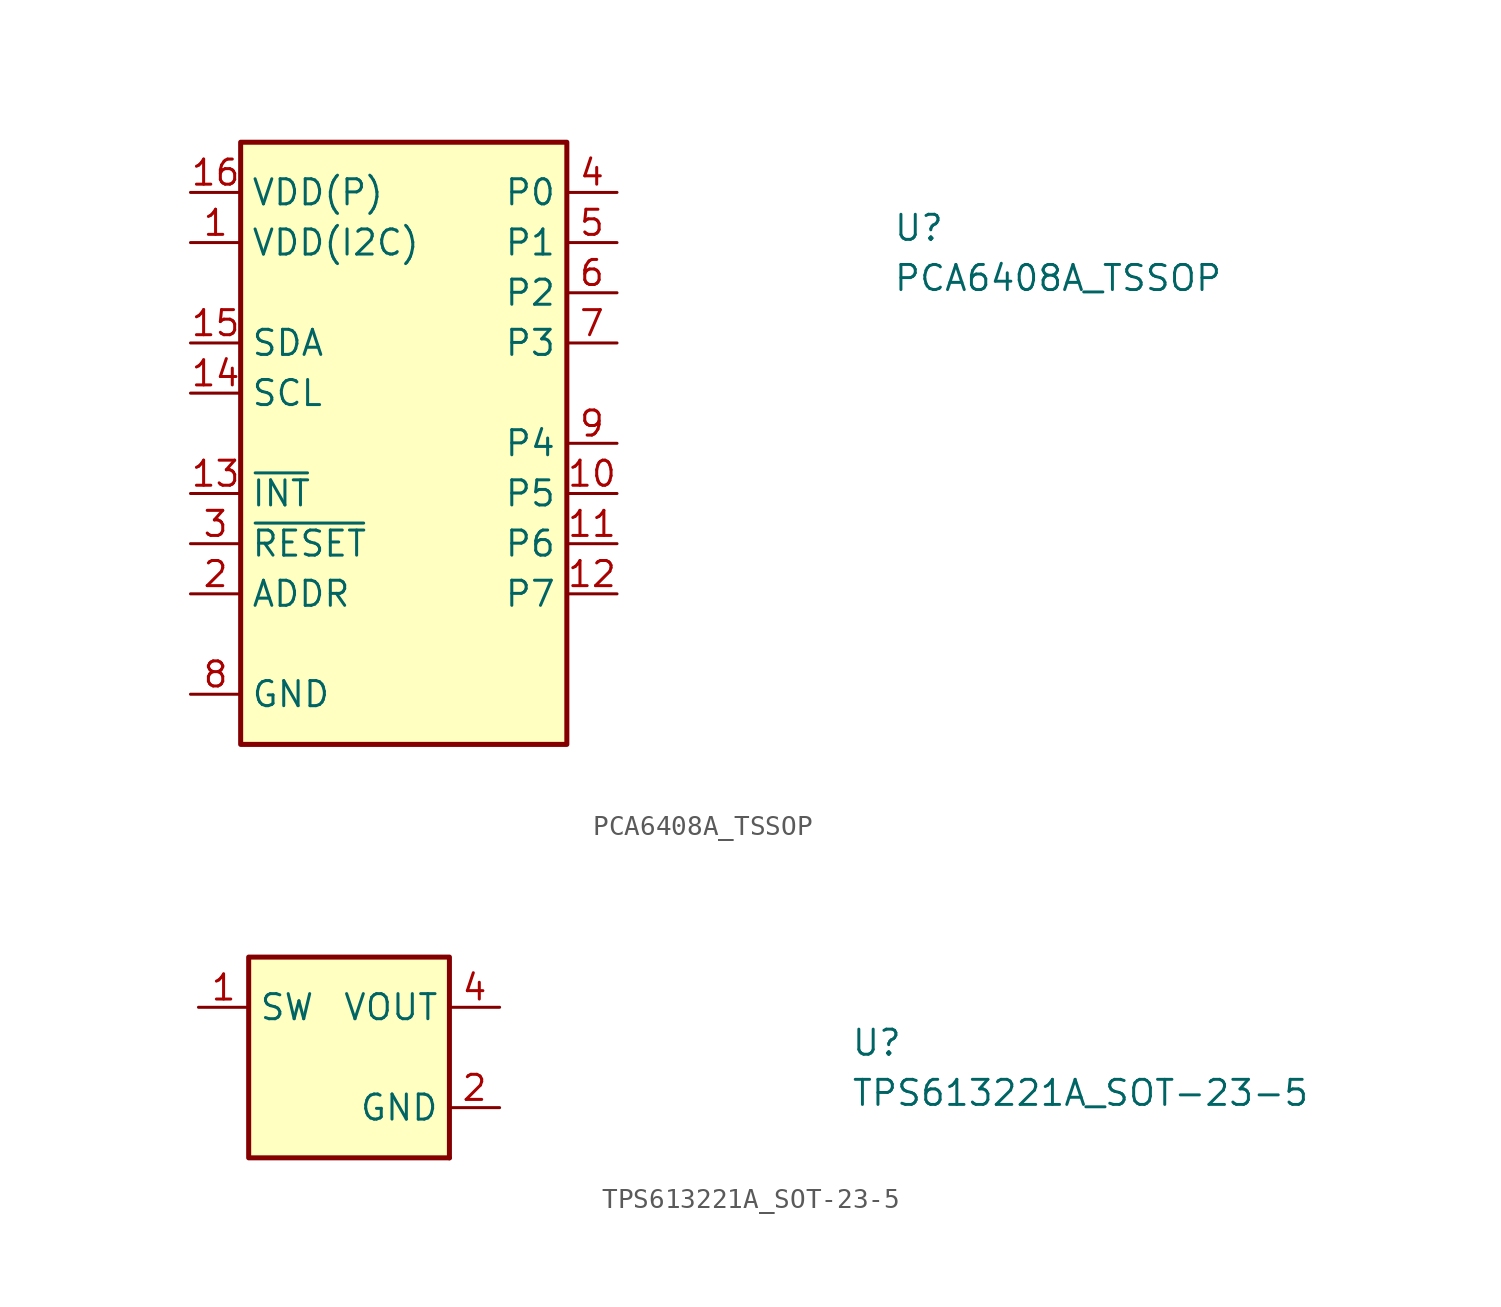
<source format=kicad_sym>
(kicad_symbol_lib
  (version 20211014)
  (generator kicad_symbol_editor)
  (symbol "PCA6408A_TSSOP"
    (property "Reference" "U"
      (at 35.56 -2.54 0)
      (effects (font (size 1.27 1.27) (thickness 0.15)) (justify left bottom)))
    (property "Value" "PCA6408A_TSSOP"
      (at 35.56 -5.08 0)
      (effects (font (size 1.27 1.27) (thickness 0.15)) (justify left bottom)))
    (symbol "PCA6408A_TSSOP_1_1"
      (rectangle (start 2.54 2.54) (end 19.05 -27.94) (stroke (width 0.254) (type default) (color 0 0 0 0)) (fill (type background)))
      (pin power_in line (at 0 -2.54 0) (length 2.54) (name "VDD(I2C)" (effects (font (size 1.27 1.27)))) (number "1" (effects (font (size 1.27 1.27)))))
      (pin bidirectional line (at 21.59 -15.24 180) (length 2.54) (name "P5" (effects (font (size 1.27 1.27)))) (number "10" (effects (font (size 1.27 1.27)))))
      (pin bidirectional line (at 21.59 -17.78 180) (length 2.54) (name "P6" (effects (font (size 1.27 1.27)))) (number "11" (effects (font (size 1.27 1.27)))))
      (pin bidirectional line (at 21.59 -20.32 180) (length 2.54) (name "P7" (effects (font (size 1.27 1.27)))) (number "12" (effects (font (size 1.27 1.27)))))
      (pin open_collector line (at 0 -15.24 0) (length 2.54) (name "~{INT}" (effects (font (size 1.27 1.27)))) (number "13" (effects (font (size 1.27 1.27)))))
      (pin open_collector line (at 0 -10.16 0) (length 2.54) (name "SCL" (effects (font (size 1.27 1.27)))) (number "14" (effects (font (size 1.27 1.27)))))
      (pin open_collector line (at 0 -7.62 0) (length 2.54) (name "SDA" (effects (font (size 1.27 1.27)))) (number "15" (effects (font (size 1.27 1.27)))))
      (pin power_in line (at 0 0 0) (length 2.54) (name "VDD(P)" (effects (font (size 1.27 1.27)))) (number "16" (effects (font (size 1.27 1.27)))))
      (pin input line (at 0 -20.32 0) (length 2.54) (name "ADDR" (effects (font (size 1.27 1.27)))) (number "2" (effects (font (size 1.27 1.27)))))
      (pin input line (at 0 -17.78 0) (length 2.54) (name "~{RESET}" (effects (font (size 1.27 1.27)))) (number "3" (effects (font (size 1.27 1.27)))))
      (pin bidirectional line (at 21.59 0 180) (length 2.54) (name "P0" (effects (font (size 1.27 1.27)))) (number "4" (effects (font (size 1.27 1.27)))))
      (pin bidirectional line (at 21.59 -2.54 180) (length 2.54) (name "P1" (effects (font (size 1.27 1.27)))) (number "5" (effects (font (size 1.27 1.27)))))
      (pin bidirectional line (at 21.59 -5.08 180) (length 2.54) (name "P2" (effects (font (size 1.27 1.27)))) (number "6" (effects (font (size 1.27 1.27)))))
      (pin bidirectional line (at 21.59 -7.62 180) (length 2.54) (name "P3" (effects (font (size 1.27 1.27)))) (number "7" (effects (font (size 1.27 1.27)))))
      (pin power_in line (at 0 -25.4 0) (length 2.54) (name "GND" (effects (font (size 1.27 1.27)))) (number "8" (effects (font (size 1.27 1.27)))))
      (pin bidirectional line (at 21.59 -12.7 180) (length 2.54) (name "P4" (effects (font (size 1.27 1.27)))) (number "9" (effects (font (size 1.27 1.27)))))))
  (symbol "TPS613221A_SOT-23-5"
    (property "Reference" "U"
      (at 33.02 -2.54 0)
      (effects (font (size 1.27 1.27) (thickness 0.15)) (justify left bottom)))
    (property "Value" "TPS613221A_SOT-23-5"
      (at 33.02 -5.08 0)
      (effects (font (size 1.27 1.27) (thickness 0.15)) (justify left bottom)))
    (symbol "TPS613221A_SOT-23-5_1_1"
      (rectangle (start 2.54 2.54) (end 12.7 -7.62) (stroke (width 0.254) (type default) (color 0 0 0 0)) (fill (type background)))
      (rectangle (start 12.7 -7.62) (end 12.7 -7.62) (stroke (width 0.254) (type default) (color 0 0 0 0)) (fill (type background)))
      (pin power_in line (at 0 0 0) (length 2.54) (name "SW" (effects (font (size 1.27 1.27)))) (number "1" (effects (font (size 1.27 1.27)))))
      (pin power_in line (at 15.24 -5.08 180) (length 2.54) (name "GND" (effects (font (size 1.27 1.27)))) (number "2" (effects (font (size 1.27 1.27)))))
      (pin no_connect line (at 2.54 -2.54 0) (length 2.54) hide (name "NC" (effects (font (size 1.27 1.27)))) (number "3" (effects (font (size 1.27 1.27)))))
      (pin power_in line (at 15.24 0 180) (length 2.54) (name "VOUT" (effects (font (size 1.27 1.27)))) (number "4" (effects (font (size 1.27 1.27)))))
      (pin no_connect line (at 2.54 -5.08 0) (length 2.54) hide (name "NC" (effects (font (size 1.27 1.27)))) (number "5" (effects (font (size 1.27 1.27))))))))
</source>
